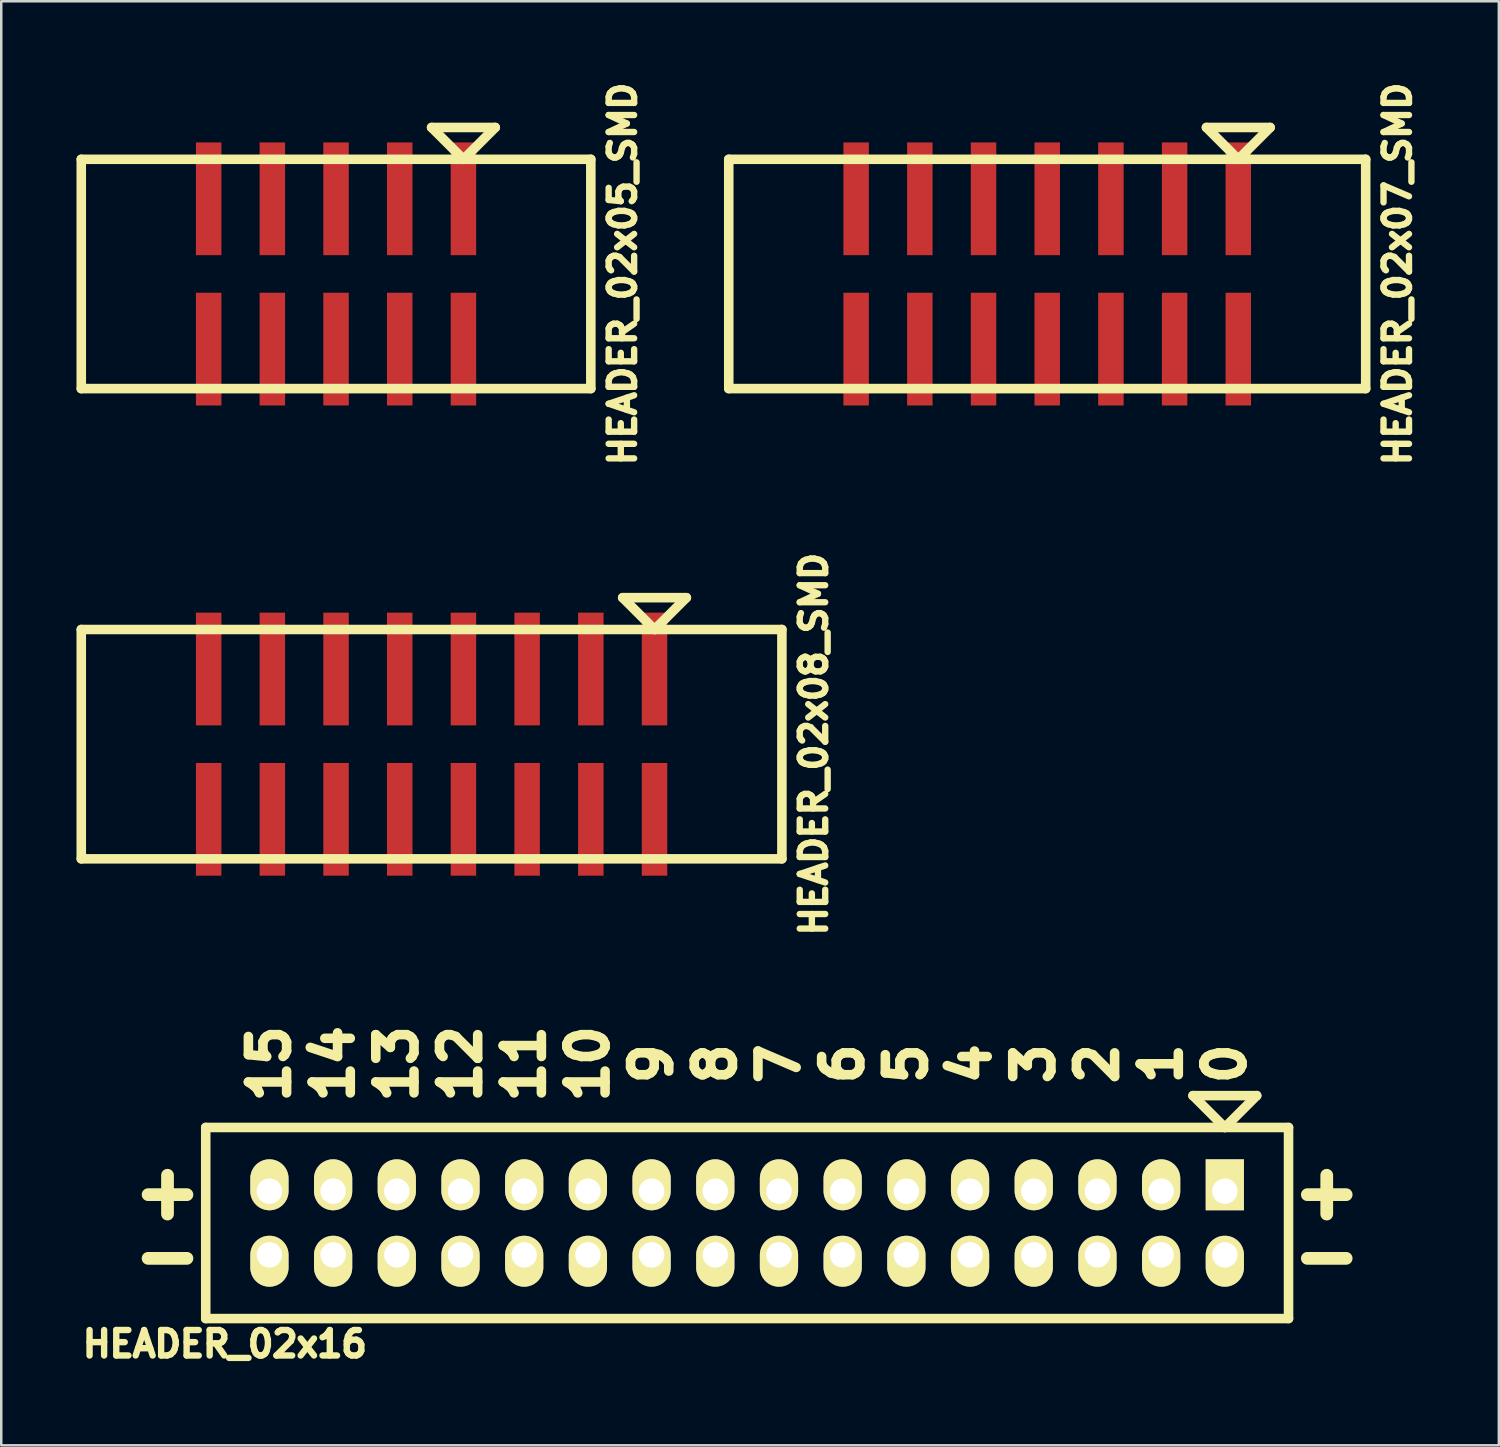
<source format=kicad_pcb>
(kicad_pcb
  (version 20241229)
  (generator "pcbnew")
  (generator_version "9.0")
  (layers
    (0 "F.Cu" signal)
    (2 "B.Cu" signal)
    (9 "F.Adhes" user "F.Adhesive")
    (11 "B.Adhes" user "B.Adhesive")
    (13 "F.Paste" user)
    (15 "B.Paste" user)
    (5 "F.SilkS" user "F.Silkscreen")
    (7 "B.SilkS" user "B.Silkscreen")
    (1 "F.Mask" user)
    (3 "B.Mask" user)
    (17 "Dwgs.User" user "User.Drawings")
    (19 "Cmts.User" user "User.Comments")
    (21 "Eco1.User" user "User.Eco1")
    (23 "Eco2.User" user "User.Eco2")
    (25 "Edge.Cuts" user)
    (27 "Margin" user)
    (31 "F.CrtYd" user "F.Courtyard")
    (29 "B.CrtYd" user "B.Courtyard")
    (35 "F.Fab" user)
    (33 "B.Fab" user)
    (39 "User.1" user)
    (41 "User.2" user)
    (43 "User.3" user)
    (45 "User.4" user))
  (footprint "HEADER_02x08_SMD"
    (layer "F.Cu")
    (at 14.161 26.626)
    (property "Reference" "HEADER_02x08_SMD" (at 15.24 0 90) (layer "F.SilkS") (effects (font (size 1.016 1.016) (thickness 0.254))))
    (attr through_hole)
    (fp_line (start -13.97 -4.572) (end -13.97 4.572) (stroke (width 0.381) (type solid)) (layer "F.SilkS"))
    (fp_line (start -13.97 4.572) (end 13.97 4.572) (stroke (width 0.381) (type solid)) (layer "F.SilkS"))
    (fp_line (start 7.62 -5.842) (end 8.89 -4.572) (stroke (width 0.381) (type solid)) (layer "F.SilkS"))
    (fp_line (start 8.89 -4.572) (end 10.16 -5.842) (stroke (width 0.381) (type solid)) (layer "F.SilkS"))
    (fp_line (start 10.16 -5.842) (end 7.62 -5.842) (stroke (width 0.381) (type solid)) (layer "F.SilkS"))
    (fp_line (start 13.97 -4.572) (end -13.97 -4.572) (stroke (width 0.381) (type solid)) (layer "F.SilkS"))
    (fp_line (start 13.97 -4.572) (end 13.97 4.572) (stroke (width 0.381) (type solid)) (layer "F.SilkS"))
    (pad "1" smd rect (at 8.89 -2.997) (size 1.016 4.496) (layers "F.Cu" "F.Mask" "F.Paste"))
    (pad "2" smd rect (at 8.89 2.997) (size 1.016 4.496) (layers "F.Cu" "F.Mask" "F.Paste"))
    (pad "3" smd rect (at 6.35 -2.997) (size 1.016 4.496) (layers "F.Cu" "F.Mask" "F.Paste"))
    (pad "4" smd rect (at 6.35 2.997) (size 1.016 4.496) (layers "F.Cu" "F.Mask" "F.Paste"))
    (pad "5" smd rect (at 3.81 -2.997) (size 1.016 4.496) (layers "F.Cu" "F.Mask" "F.Paste"))
    (pad "6" smd rect (at 3.81 2.997) (size 1.016 4.496) (layers "F.Cu" "F.Mask" "F.Paste"))
    (pad "7" smd rect (at 1.27 -2.997) (size 1.016 4.496) (layers "F.Cu" "F.Mask" "F.Paste"))
    (pad "8" smd rect (at 1.27 2.997) (size 1.016 4.496) (layers "F.Cu" "F.Mask" "F.Paste"))
    (pad "9" smd rect (at -1.27 -2.997) (size 1.016 4.496) (layers "F.Cu" "F.Mask" "F.Paste"))
    (pad "10" smd rect (at -1.27 2.997) (size 1.016 4.496) (layers "F.Cu" "F.Mask" "F.Paste"))
    (pad "11" smd rect (at -3.81 -2.997) (size 1.016 4.496) (layers "F.Cu" "F.Mask" "F.Paste"))
    (pad "12" smd rect (at -3.81 2.997) (size 1.016 4.496) (layers "F.Cu" "F.Mask" "F.Paste"))
    (pad "13" smd rect (at -6.35 -2.997) (size 1.016 4.496) (layers "F.Cu" "F.Mask" "F.Paste"))
    (pad "14" smd rect (at -6.35 2.997) (size 1.016 4.496) (layers "F.Cu" "F.Mask" "F.Paste"))
    (pad "15" smd rect (at -8.89 -2.997) (size 1.016 4.496) (layers "F.Cu" "F.Mask" "F.Paste"))
    (pad "16" smd rect (at -8.89 2.997) (size 1.016 4.496) (layers "F.Cu" "F.Mask" "F.Paste")))
  (footprint "HEADER_02x07_SMD"
    (layer "F.Cu")
    (at 38.711 7.875)
    (property "Reference" "HEADER_02x07_SMD" (at 13.97 0 90) (layer "F.SilkS") (effects (font (size 1.016 1.016) (thickness 0.254))))
    (attr through_hole)
    (fp_line (start -12.7 -4.572) (end -12.7 4.572) (stroke (width 0.381) (type solid)) (layer "F.SilkS"))
    (fp_line (start -12.7 -4.572) (end 12.7 -4.572) (stroke (width 0.381) (type solid)) (layer "F.SilkS"))
    (fp_line (start -12.7 4.572) (end 12.7 4.572) (stroke (width 0.381) (type solid)) (layer "F.SilkS"))
    (fp_line (start 6.35 -5.842) (end 7.62 -4.572) (stroke (width 0.381) (type solid)) (layer "F.SilkS"))
    (fp_line (start 7.62 -4.572) (end 8.89 -5.842) (stroke (width 0.381) (type solid)) (layer "F.SilkS"))
    (fp_line (start 8.89 -5.842) (end 6.35 -5.842) (stroke (width 0.381) (type solid)) (layer "F.SilkS"))
    (fp_line (start 12.7 -4.572) (end 12.7 4.572) (stroke (width 0.381) (type solid)) (layer "F.SilkS"))
    (pad "1" smd rect (at 7.62 -2.997) (size 1.016 4.496) (layers "F.Cu" "F.Mask" "F.Paste"))
    (pad "2" smd rect (at 7.62 2.997) (size 1.016 4.496) (layers "F.Cu" "F.Mask" "F.Paste"))
    (pad "3" smd rect (at 5.08 -2.997) (size 1.016 4.496) (layers "F.Cu" "F.Mask" "F.Paste"))
    (pad "4" smd rect (at 5.08 2.997) (size 1.016 4.496) (layers "F.Cu" "F.Mask" "F.Paste"))
    (pad "5" smd rect (at 2.54 -2.997) (size 1.016 4.496) (layers "F.Cu" "F.Mask" "F.Paste"))
    (pad "6" smd rect (at 2.54 2.997) (size 1.016 4.496) (layers "F.Cu" "F.Mask" "F.Paste"))
    (pad "7" smd rect (at 0 -2.997) (size 1.016 4.496) (layers "F.Cu" "F.Mask" "F.Paste"))
    (pad "8" smd rect (at 0 2.997) (size 1.016 4.496) (layers "F.Cu" "F.Mask" "F.Paste"))
    (pad "9" smd rect (at -2.54 -2.997) (size 1.016 4.496) (layers "F.Cu" "F.Mask" "F.Paste"))
    (pad "10" smd rect (at -2.54 2.997) (size 1.016 4.496) (layers "F.Cu" "F.Mask" "F.Paste"))
    (pad "11" smd rect (at -5.08 -2.997) (size 1.016 4.496) (layers "F.Cu" "F.Mask" "F.Paste"))
    (pad "12" smd rect (at -5.08 2.997) (size 1.016 4.496) (layers "F.Cu" "F.Mask" "F.Paste"))
    (pad "13" smd rect (at -7.62 -2.997) (size 1.016 4.496) (layers "F.Cu" "F.Mask" "F.Paste"))
    (pad "14" smd rect (at -7.62 2.997) (size 1.016 4.496) (layers "F.Cu" "F.Mask" "F.Paste")))
  (footprint "HEADER_02x16"
    (layer "F.Cu")
    (at 26.744 45.721)
    (property "Reference" "HEADER_02x16" (at -20.828 4.826 0) (layer "F.SilkS") (effects (font (size 1.016 1.016) (thickness 0.254))))
    (attr through_hole)
    (fp_line (start -21.59 -3.81) (end 21.59 -3.81) (stroke (width 0.381) (type solid)) (layer "F.SilkS"))
    (fp_line (start -21.59 3.81) (end -21.59 -3.81) (stroke (width 0.381) (type solid)) (layer "F.SilkS"))
    (fp_line (start 17.78 -5.08) (end 19.05 -3.81) (stroke (width 0.381) (type solid)) (layer "F.SilkS"))
    (fp_line (start 19.05 -3.81) (end 20.32 -5.08) (stroke (width 0.381) (type solid)) (layer "F.SilkS"))
    (fp_line (start 20.32 -5.08) (end 17.78 -5.08) (stroke (width 0.381) (type solid)) (layer "F.SilkS"))
    (fp_line (start 21.59 -3.81) (end 21.59 3.81) (stroke (width 0.381) (type solid)) (layer "F.SilkS"))
    (fp_line (start 21.59 3.81) (end -21.59 3.81) (stroke (width 0.381) (type solid)) (layer "F.SilkS"))
    (fp_text user "3" (at 11.43 -6.35 90) (layer "F.SilkS") (effects (font (size 1.524 1.524) (thickness 0.381))))
    (fp_text user "11" (at -8.89 -6.35 90) (layer "F.SilkS") (effects (font (size 1.524 1.524) (thickness 0.381))))
    (fp_text user "13" (at -13.97 -6.35 90) (layer "F.SilkS") (effects (font (size 1.524 1.524) (thickness 0.381))))
    (fp_text user "15" (at -19.05 -6.35 90) (layer "F.SilkS") (effects (font (size 1.524 1.524) (thickness 0.381))))
    (fp_text user "0" (at 19.05 -6.35 90) (layer "F.SilkS") (effects (font (size 1.524 1.524) (thickness 0.381))))
    (fp_text user "-" (at -23.114 1.27 0) (layer "F.SilkS") (effects (font (size 2.032 2.032) (thickness 0.508))))
    (fp_text user "8" (at -1.27 -6.35 90) (layer "F.SilkS") (effects (font (size 1.524 1.524) (thickness 0.381))))
    (fp_text user "+" (at -23.114 -1.27 0) (layer "F.SilkS") (effects (font (size 2.032 2.032) (thickness 0.508))))
    (fp_text user "9" (at -3.81 -6.35 90) (layer "F.SilkS") (effects (font (size 1.524 1.524) (thickness 0.381))))
    (fp_text user "7" (at 1.27 -6.35 90) (layer "F.SilkS") (effects (font (size 1.524 1.524) (thickness 0.381))))
    (fp_text user "6" (at 3.81 -6.35 90) (layer "F.SilkS") (effects (font (size 1.524 1.524) (thickness 0.381))))
    (fp_text user "12" (at -11.43 -6.35 90) (layer "F.SilkS") (effects (font (size 1.524 1.524) (thickness 0.381))))
    (fp_text user "14" (at -16.51 -6.35 90) (layer "F.SilkS") (effects (font (size 1.524 1.524) (thickness 0.381))))
    (fp_text user "4" (at 8.89 -6.35 90) (layer "F.SilkS") (effects (font (size 1.524 1.524) (thickness 0.381))))
    (fp_text user "10" (at -6.35 -6.35 90) (layer "F.SilkS") (effects (font (size 1.524 1.524) (thickness 0.381))))
    (fp_text user "2" (at 13.97 -6.35 90) (layer "F.SilkS") (effects (font (size 1.524 1.524) (thickness 0.381))))
    (fp_text user "+" (at 23.114 -1.27 0) (layer "F.SilkS") (effects (font (size 2.032 2.032) (thickness 0.508))))
    (fp_text user "-" (at 23.114 1.27 0) (layer "F.SilkS") (effects (font (size 2.032 2.032) (thickness 0.508))))
    (fp_text user "1" (at 16.51 -6.35 90) (layer "F.SilkS") (effects (font (size 1.524 1.524) (thickness 0.381))))
    (fp_text user "5" (at 6.35 -6.35 90) (layer "F.SilkS") (effects (font (size 1.524 1.524) (thickness 0.381))))
    (pad "1" thru_hole rect (at 19.05 -1.27) (size 1.524 2.032) (drill 1.016 (offset 0 -0.254)) (layers "*.Cu" "*.Mask" "F.SilkS"))
    (pad "2" thru_hole oval (at 19.05 1.27) (size 1.524 2.032) (drill 1.016 (offset 0 0.254)) (layers "*.Cu" "*.Mask" "F.SilkS"))
    (pad "3" thru_hole oval (at 16.51 -1.27) (size 1.524 2.032) (drill 1.016 (offset 0 -0.254)) (layers "*.Cu" "*.Mask" "F.SilkS"))
    (pad "4" thru_hole oval (at 16.51 1.27) (size 1.524 2.032) (drill 1.016 (offset 0 0.254)) (layers "*.Cu" "*.Mask" "F.SilkS"))
    (pad "5" thru_hole oval (at 13.97 -1.27) (size 1.524 2.032) (drill 1.016 (offset 0 -0.254)) (layers "*.Cu" "*.Mask" "F.SilkS"))
    (pad "6" thru_hole oval (at 13.97 1.27) (size 1.524 2.032) (drill 1.016 (offset 0 0.254)) (layers "*.Cu" "*.Mask" "F.SilkS"))
    (pad "7" thru_hole oval (at 11.43 -1.27) (size 1.524 2.032) (drill 1.016 (offset 0 -0.254)) (layers "*.Cu" "*.Mask" "F.SilkS"))
    (pad "8" thru_hole oval (at 11.43 1.27) (size 1.524 2.032) (drill 1.016 (offset 0 0.254)) (layers "*.Cu" "*.Mask" "F.SilkS"))
    (pad "9" thru_hole oval (at 8.89 -1.27) (size 1.524 2.032) (drill 1.016 (offset 0 -0.254)) (layers "*.Cu" "*.Mask" "F.SilkS"))
    (pad "10" thru_hole oval (at 8.89 1.27) (size 1.524 2.032) (drill 1.016 (offset 0 0.254)) (layers "*.Cu" "*.Mask" "F.SilkS"))
    (pad "11" thru_hole oval (at 6.35 -1.27) (size 1.524 2.032) (drill 1.016 (offset 0 -0.254)) (layers "*.Cu" "*.Mask" "F.SilkS"))
    (pad "12" thru_hole oval (at 6.35 1.27) (size 1.524 2.032) (drill 1.016 (offset 0 0.254)) (layers "*.Cu" "*.Mask" "F.SilkS"))
    (pad "13" thru_hole oval (at 3.81 -1.27) (size 1.524 2.032) (drill 1.016 (offset 0 -0.254)) (layers "*.Cu" "*.Mask" "F.SilkS"))
    (pad "14" thru_hole oval (at 3.81 1.27) (size 1.524 2.032) (drill 1.016 (offset 0 0.254)) (layers "*.Cu" "*.Mask" "F.SilkS"))
    (pad "15" thru_hole oval (at 1.27 -1.27) (size 1.524 2.032) (drill 1.016 (offset 0 -0.254)) (layers "*.Cu" "*.Mask" "F.SilkS"))
    (pad "16" thru_hole oval (at 1.27 1.27) (size 1.524 2.032) (drill 1.016 (offset 0 0.254)) (layers "*.Cu" "*.Mask" "F.SilkS"))
    (pad "17" thru_hole oval (at -1.27 -1.27) (size 1.524 2.032) (drill 1.016 (offset 0 -0.254)) (layers "*.Cu" "*.Mask" "F.SilkS"))
    (pad "18" thru_hole oval (at -1.27 1.27) (size 1.524 2.032) (drill 1.016 (offset 0 0.254)) (layers "*.Cu" "*.Mask" "F.SilkS"))
    (pad "19" thru_hole oval (at -3.81 -1.27) (size 1.524 2.032) (drill 1.016 (offset 0 -0.254)) (layers "*.Cu" "*.Mask" "F.SilkS"))
    (pad "20" thru_hole oval (at -3.81 1.27) (size 1.524 2.032) (drill 1.016 (offset 0 0.254)) (layers "*.Cu" "*.Mask" "F.SilkS"))
    (pad "21" thru_hole oval (at -6.35 -1.27) (size 1.524 2.032) (drill 1.016 (offset 0 -0.254)) (layers "*.Cu" "*.Mask" "F.SilkS"))
    (pad "22" thru_hole oval (at -6.35 1.27) (size 1.524 2.032) (drill 1.016 (offset 0 0.254)) (layers "*.Cu" "*.Mask" "F.SilkS"))
    (pad "23" thru_hole oval (at -8.89 -1.27) (size 1.524 2.032) (drill 1.016 (offset 0 -0.254)) (layers "*.Cu" "*.Mask" "F.SilkS"))
    (pad "24" thru_hole oval (at -8.89 1.27) (size 1.524 2.032) (drill 1.016 (offset 0 0.254)) (layers "*.Cu" "*.Mask" "F.SilkS"))
    (pad "25" thru_hole oval (at -11.43 -1.27) (size 1.524 2.032) (drill 1.016 (offset 0 -0.254)) (layers "*.Cu" "*.Mask" "F.SilkS"))
    (pad "26" thru_hole oval (at -11.43 1.27) (size 1.524 2.032) (drill 1.016 (offset 0 0.254)) (layers "*.Cu" "*.Mask" "F.SilkS"))
    (pad "27" thru_hole oval (at -13.97 -1.27) (size 1.524 2.032) (drill 1.016 (offset 0 -0.254)) (layers "*.Cu" "*.Mask" "F.SilkS"))
    (pad "28" thru_hole oval (at -13.97 1.27) (size 1.524 2.032) (drill 1.016 (offset 0 0.254)) (layers "*.Cu" "*.Mask" "F.SilkS"))
    (pad "29" thru_hole oval (at -16.51 -1.27) (size 1.524 2.032) (drill 1.016 (offset 0 -0.254)) (layers "*.Cu" "*.Mask" "F.SilkS"))
    (pad "30" thru_hole oval (at -16.51 1.27) (size 1.524 2.032) (drill 1.016 (offset 0 0.254)) (layers "*.Cu" "*.Mask" "F.SilkS"))
    (pad "31" thru_hole oval (at -19.05 -1.27) (size 1.524 2.032) (drill 1.016 (offset 0 -0.254)) (layers "*.Cu" "*.Mask" "F.SilkS"))
    (pad "32" thru_hole oval (at -19.05 1.27) (size 1.524 2.032) (drill 1.016 (offset 0 0.254)) (layers "*.Cu" "*.Mask" "F.SilkS")))
  (footprint "HEADER_02x05_SMD"
    (layer "F.Cu")
    (at 10.351 7.875)
    (property "Reference" "HEADER_02x05_SMD" (at 11.43 0 90) (layer "F.SilkS") (effects (font (size 1.016 1.016) (thickness 0.254))))
    (attr through_hole)
    (fp_line (start -10.16 -4.572) (end -10.16 4.572) (stroke (width 0.381) (type solid)) (layer "F.SilkS"))
    (fp_line (start -10.16 -4.572) (end 10.16 -4.572) (stroke (width 0.381) (type solid)) (layer "F.SilkS"))
    (fp_line (start -10.16 4.572) (end 10.16 4.572) (stroke (width 0.381) (type solid)) (layer "F.SilkS"))
    (fp_line (start 3.81 -5.842) (end 5.08 -4.572) (stroke (width 0.381) (type solid)) (layer "F.SilkS"))
    (fp_line (start 5.08 -4.572) (end 6.35 -5.842) (stroke (width 0.381) (type solid)) (layer "F.SilkS"))
    (fp_line (start 6.35 -5.842) (end 3.81 -5.842) (stroke (width 0.381) (type solid)) (layer "F.SilkS"))
    (fp_line (start 10.16 -4.572) (end 10.16 4.572) (stroke (width 0.381) (type solid)) (layer "F.SilkS"))
    (pad "1" smd rect (at 5.08 -2.997) (size 1.016 4.496) (layers "F.Cu" "F.Mask" "F.Paste"))
    (pad "2" smd rect (at 5.08 2.997) (size 1.016 4.496) (layers "F.Cu" "F.Mask" "F.Paste"))
    (pad "3" smd rect (at 2.54 -2.997) (size 1.016 4.496) (layers "F.Cu" "F.Mask" "F.Paste"))
    (pad "4" smd rect (at 2.54 2.997) (size 1.016 4.496) (layers "F.Cu" "F.Mask" "F.Paste"))
    (pad "5" smd rect (at 0 -2.997) (size 1.016 4.496) (layers "F.Cu" "F.Mask" "F.Paste"))
    (pad "6" smd rect (at 0 2.997) (size 1.016 4.496) (layers "F.Cu" "F.Mask" "F.Paste"))
    (pad "7" smd rect (at -2.54 -2.997) (size 1.016 4.496) (layers "F.Cu" "F.Mask" "F.Paste"))
    (pad "8" smd rect (at -2.54 2.997) (size 1.016 4.496) (layers "F.Cu" "F.Mask" "F.Paste"))
    (pad "9" smd rect (at -5.08 -2.997) (size 1.016 4.496) (layers "F.Cu" "F.Mask" "F.Paste"))
    (pad "10" smd rect (at -5.08 2.997) (size 1.016 4.496) (layers "F.Cu" "F.Mask" "F.Paste")))
  (gr_rect
    (start -3 -3)
    (end 56.721 54.587)
    (stroke (width 0.1) (type default))
    (fill no)
    (layer "Edge.Cuts")))
</source>
